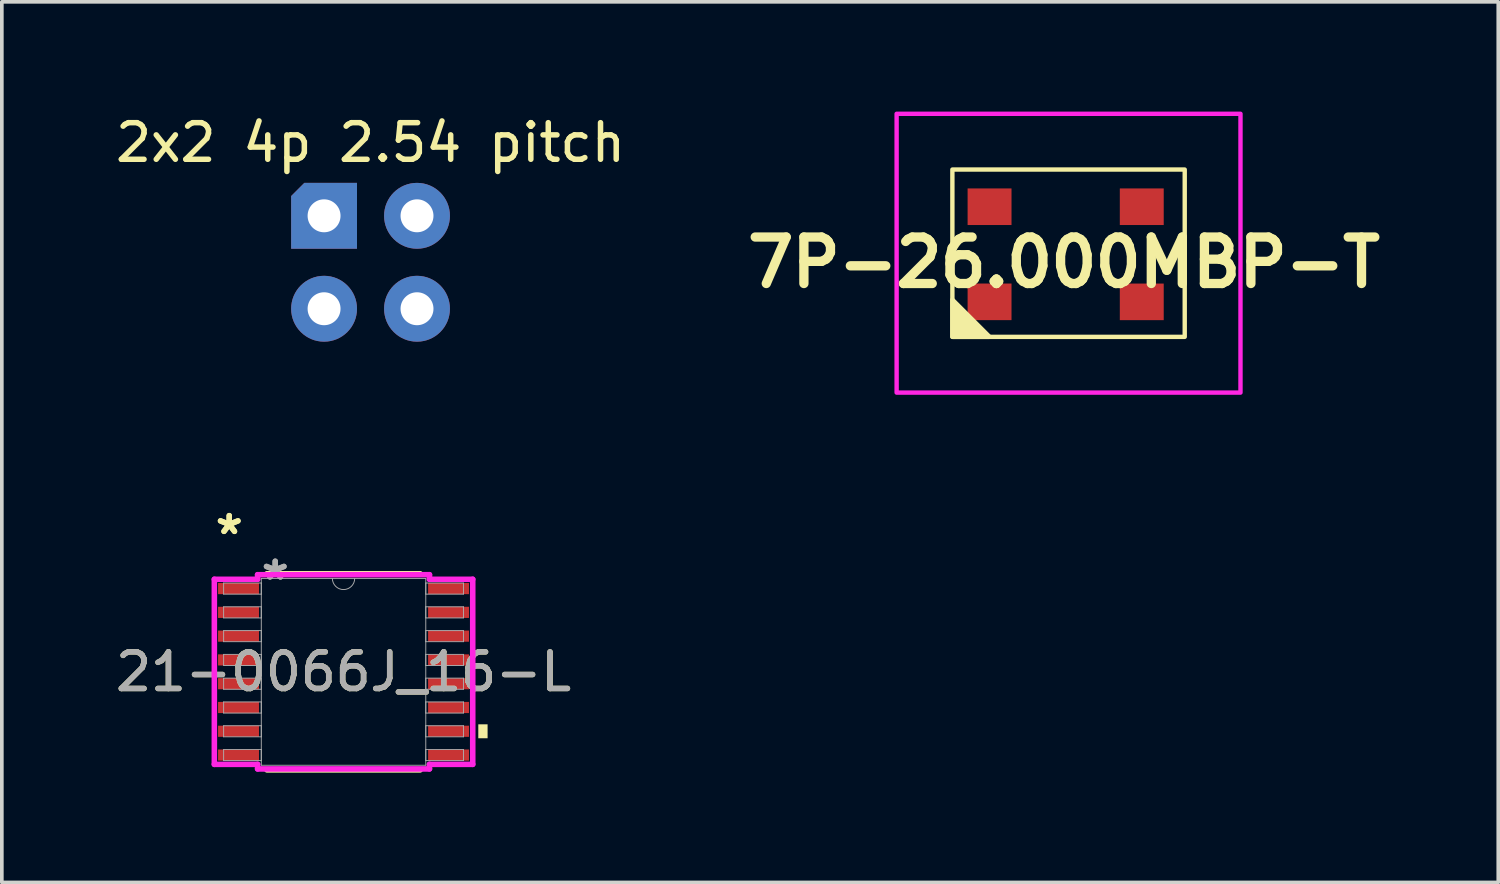
<source format=kicad_pcb>
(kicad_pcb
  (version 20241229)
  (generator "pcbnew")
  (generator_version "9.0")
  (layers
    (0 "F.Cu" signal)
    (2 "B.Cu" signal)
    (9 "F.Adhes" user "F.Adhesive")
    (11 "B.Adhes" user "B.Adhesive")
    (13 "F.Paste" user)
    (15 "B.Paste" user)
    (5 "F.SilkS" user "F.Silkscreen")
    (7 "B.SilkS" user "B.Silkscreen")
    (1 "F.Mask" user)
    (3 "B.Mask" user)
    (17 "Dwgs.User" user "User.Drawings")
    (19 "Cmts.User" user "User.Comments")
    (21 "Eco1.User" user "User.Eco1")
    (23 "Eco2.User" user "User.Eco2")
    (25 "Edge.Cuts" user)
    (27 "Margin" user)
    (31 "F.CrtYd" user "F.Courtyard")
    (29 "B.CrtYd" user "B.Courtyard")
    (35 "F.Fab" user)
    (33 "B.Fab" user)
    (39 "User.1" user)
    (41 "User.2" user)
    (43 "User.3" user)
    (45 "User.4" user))
  (footprint "21-0066J_16-L"
    (layer "F.Cu")
    (at 6.339 15.311)
    (property "Reference" "21-0066J_16-L" (at 0 0 0) (unlocked yes) (layer "F.SilkS") (effects (font (size 1 1) (thickness 0.15))))
    (attr smd)
    (fp_line (start -2.094 2.68) (end 2.094 2.68) (stroke (width 0.152) (type solid)) (layer "F.SilkS"))
    (fp_line (start 2.094 -2.68) (end -2.094 -2.68) (stroke (width 0.152) (type solid)) (layer "F.SilkS"))
    (fp_poly (pts (xy 3.937 1.435) (xy 3.937 1.816) (xy 3.683 1.816) (xy 3.683 1.435)) (stroke (width 0) (type solid)) (fill yes) (layer "F.SilkS"))
    (fp_line (start -3.531 -2.529) (end -2.349 -2.529) (stroke (width 0.152) (type solid)) (layer "F.CrtYd"))
    (fp_line (start -3.531 2.529) (end -3.531 -2.529) (stroke (width 0.152) (type solid)) (layer "F.CrtYd"))
    (fp_line (start -3.531 2.529) (end -2.349 2.529) (stroke (width 0.152) (type solid)) (layer "F.CrtYd"))
    (fp_line (start -2.349 -2.654) (end 2.349 -2.654) (stroke (width 0.152) (type solid)) (layer "F.CrtYd"))
    (fp_line (start -2.349 -2.529) (end -2.349 -2.654) (stroke (width 0.152) (type solid)) (layer "F.CrtYd"))
    (fp_line (start -2.349 2.654) (end -2.349 2.529) (stroke (width 0.152) (type solid)) (layer "F.CrtYd"))
    (fp_line (start 2.349 -2.654) (end 2.349 -2.529) (stroke (width 0.152) (type solid)) (layer "F.CrtYd"))
    (fp_line (start 2.349 2.529) (end 2.349 2.654) (stroke (width 0.152) (type solid)) (layer "F.CrtYd"))
    (fp_line (start 2.349 2.654) (end -2.349 2.654) (stroke (width 0.152) (type solid)) (layer "F.CrtYd"))
    (fp_line (start 3.531 -2.529) (end 2.349 -2.529) (stroke (width 0.152) (type solid)) (layer "F.CrtYd"))
    (fp_line (start 3.531 -2.529) (end 3.531 2.529) (stroke (width 0.152) (type solid)) (layer "F.CrtYd"))
    (fp_line (start 3.531 2.529) (end 2.349 2.529) (stroke (width 0.152) (type solid)) (layer "F.CrtYd"))
    (fp_line (start -3.277 -2.427) (end -3.277 -2.123) (stroke (width 0.025) (type solid)) (layer "F.Fab"))
    (fp_line (start -3.277 -2.123) (end -2.248 -2.123) (stroke (width 0.025) (type solid)) (layer "F.Fab"))
    (fp_line (start -3.277 -1.777) (end -3.277 -1.473) (stroke (width 0.025) (type solid)) (layer "F.Fab"))
    (fp_line (start -3.277 -1.473) (end -2.248 -1.473) (stroke (width 0.025) (type solid)) (layer "F.Fab"))
    (fp_line (start -3.277 -1.127) (end -3.277 -0.823) (stroke (width 0.025) (type solid)) (layer "F.Fab"))
    (fp_line (start -3.277 -0.823) (end -2.248 -0.823) (stroke (width 0.025) (type solid)) (layer "F.Fab"))
    (fp_line (start -3.277 -0.477) (end -3.277 -0.173) (stroke (width 0.025) (type solid)) (layer "F.Fab"))
    (fp_line (start -3.277 -0.173) (end -2.248 -0.173) (stroke (width 0.025) (type solid)) (layer "F.Fab"))
    (fp_line (start -3.277 0.173) (end -3.277 0.477) (stroke (width 0.025) (type solid)) (layer "F.Fab"))
    (fp_line (start -3.277 0.477) (end -2.248 0.477) (stroke (width 0.025) (type solid)) (layer "F.Fab"))
    (fp_line (start -3.277 0.823) (end -3.277 1.127) (stroke (width 0.025) (type solid)) (layer "F.Fab"))
    (fp_line (start -3.277 1.127) (end -2.248 1.127) (stroke (width 0.025) (type solid)) (layer "F.Fab"))
    (fp_line (start -3.277 1.473) (end -3.277 1.777) (stroke (width 0.025) (type solid)) (layer "F.Fab"))
    (fp_line (start -3.277 1.777) (end -2.248 1.777) (stroke (width 0.025) (type solid)) (layer "F.Fab"))
    (fp_line (start -3.277 2.123) (end -3.277 2.427) (stroke (width 0.025) (type solid)) (layer "F.Fab"))
    (fp_line (start -3.277 2.427) (end -2.248 2.427) (stroke (width 0.025) (type solid)) (layer "F.Fab"))
    (fp_line (start -2.248 -2.553) (end -2.248 2.553) (stroke (width 0.025) (type solid)) (layer "F.Fab"))
    (fp_line (start -2.248 -2.427) (end -3.277 -2.427) (stroke (width 0.025) (type solid)) (layer "F.Fab"))
    (fp_line (start -2.248 -2.123) (end -2.248 -2.427) (stroke (width 0.025) (type solid)) (layer "F.Fab"))
    (fp_line (start -2.248 -1.777) (end -3.277 -1.777) (stroke (width 0.025) (type solid)) (layer "F.Fab"))
    (fp_line (start -2.248 -1.473) (end -2.248 -1.777) (stroke (width 0.025) (type solid)) (layer "F.Fab"))
    (fp_line (start -2.248 -1.127) (end -3.277 -1.127) (stroke (width 0.025) (type solid)) (layer "F.Fab"))
    (fp_line (start -2.248 -0.823) (end -2.248 -1.127) (stroke (width 0.025) (type solid)) (layer "F.Fab"))
    (fp_line (start -2.248 -0.477) (end -3.277 -0.477) (stroke (width 0.025) (type solid)) (layer "F.Fab"))
    (fp_line (start -2.248 -0.173) (end -2.248 -0.477) (stroke (width 0.025) (type solid)) (layer "F.Fab"))
    (fp_line (start -2.248 0.173) (end -3.277 0.173) (stroke (width 0.025) (type solid)) (layer "F.Fab"))
    (fp_line (start -2.248 0.477) (end -2.248 0.173) (stroke (width 0.025) (type solid)) (layer "F.Fab"))
    (fp_line (start -2.248 0.823) (end -3.277 0.823) (stroke (width 0.025) (type solid)) (layer "F.Fab"))
    (fp_line (start -2.248 1.127) (end -2.248 0.823) (stroke (width 0.025) (type solid)) (layer "F.Fab"))
    (fp_line (start -2.248 1.473) (end -3.277 1.473) (stroke (width 0.025) (type solid)) (layer "F.Fab"))
    (fp_line (start -2.248 1.777) (end -2.248 1.473) (stroke (width 0.025) (type solid)) (layer "F.Fab"))
    (fp_line (start -2.248 2.123) (end -3.277 2.123) (stroke (width 0.025) (type solid)) (layer "F.Fab"))
    (fp_line (start -2.248 2.427) (end -2.248 2.123) (stroke (width 0.025) (type solid)) (layer "F.Fab"))
    (fp_line (start -2.248 2.553) (end 2.248 2.553) (stroke (width 0.025) (type solid)) (layer "F.Fab"))
    (fp_line (start 2.248 -2.553) (end -2.248 -2.553) (stroke (width 0.025) (type solid)) (layer "F.Fab"))
    (fp_line (start 2.248 -2.427) (end 2.248 -2.123) (stroke (width 0.025) (type solid)) (layer "F.Fab"))
    (fp_line (start 2.248 -2.123) (end 3.277 -2.123) (stroke (width 0.025) (type solid)) (layer "F.Fab"))
    (fp_line (start 2.248 -1.777) (end 2.248 -1.473) (stroke (width 0.025) (type solid)) (layer "F.Fab"))
    (fp_line (start 2.248 -1.473) (end 3.277 -1.473) (stroke (width 0.025) (type solid)) (layer "F.Fab"))
    (fp_line (start 2.248 -1.127) (end 2.248 -0.823) (stroke (width 0.025) (type solid)) (layer "F.Fab"))
    (fp_line (start 2.248 -0.823) (end 3.277 -0.823) (stroke (width 0.025) (type solid)) (layer "F.Fab"))
    (fp_line (start 2.248 -0.477) (end 2.248 -0.173) (stroke (width 0.025) (type solid)) (layer "F.Fab"))
    (fp_line (start 2.248 -0.173) (end 3.277 -0.173) (stroke (width 0.025) (type solid)) (layer "F.Fab"))
    (fp_line (start 2.248 0.173) (end 2.248 0.477) (stroke (width 0.025) (type solid)) (layer "F.Fab"))
    (fp_line (start 2.248 0.477) (end 3.277 0.477) (stroke (width 0.025) (type solid)) (layer "F.Fab"))
    (fp_line (start 2.248 0.823) (end 2.248 1.127) (stroke (width 0.025) (type solid)) (layer "F.Fab"))
    (fp_line (start 2.248 1.127) (end 3.277 1.127) (stroke (width 0.025) (type solid)) (layer "F.Fab"))
    (fp_line (start 2.248 1.473) (end 2.248 1.777) (stroke (width 0.025) (type solid)) (layer "F.Fab"))
    (fp_line (start 2.248 1.777) (end 3.277 1.777) (stroke (width 0.025) (type solid)) (layer "F.Fab"))
    (fp_line (start 2.248 2.123) (end 2.248 2.427) (stroke (width 0.025) (type solid)) (layer "F.Fab"))
    (fp_line (start 2.248 2.427) (end 3.277 2.427) (stroke (width 0.025) (type solid)) (layer "F.Fab"))
    (fp_line (start 2.248 2.553) (end 2.248 -2.553) (stroke (width 0.025) (type solid)) (layer "F.Fab"))
    (fp_line (start 3.277 -2.427) (end 2.248 -2.427) (stroke (width 0.025) (type solid)) (layer "F.Fab"))
    (fp_line (start 3.277 -2.123) (end 3.277 -2.427) (stroke (width 0.025) (type solid)) (layer "F.Fab"))
    (fp_line (start 3.277 -1.777) (end 2.248 -1.777) (stroke (width 0.025) (type solid)) (layer "F.Fab"))
    (fp_line (start 3.277 -1.473) (end 3.277 -1.777) (stroke (width 0.025) (type solid)) (layer "F.Fab"))
    (fp_line (start 3.277 -1.127) (end 2.248 -1.127) (stroke (width 0.025) (type solid)) (layer "F.Fab"))
    (fp_line (start 3.277 -0.823) (end 3.277 -1.127) (stroke (width 0.025) (type solid)) (layer "F.Fab"))
    (fp_line (start 3.277 -0.477) (end 2.248 -0.477) (stroke (width 0.025) (type solid)) (layer "F.Fab"))
    (fp_line (start 3.277 -0.173) (end 3.277 -0.477) (stroke (width 0.025) (type solid)) (layer "F.Fab"))
    (fp_line (start 3.277 0.173) (end 2.248 0.173) (stroke (width 0.025) (type solid)) (layer "F.Fab"))
    (fp_line (start 3.277 0.477) (end 3.277 0.173) (stroke (width 0.025) (type solid)) (layer "F.Fab"))
    (fp_line (start 3.277 0.823) (end 2.248 0.823) (stroke (width 0.025) (type solid)) (layer "F.Fab"))
    (fp_line (start 3.277 1.127) (end 3.277 0.823) (stroke (width 0.025) (type solid)) (layer "F.Fab"))
    (fp_line (start 3.277 1.473) (end 2.248 1.473) (stroke (width 0.025) (type solid)) (layer "F.Fab"))
    (fp_line (start 3.277 1.777) (end 3.277 1.473) (stroke (width 0.025) (type solid)) (layer "F.Fab"))
    (fp_line (start 3.277 2.123) (end 2.248 2.123) (stroke (width 0.025) (type solid)) (layer "F.Fab"))
    (fp_line (start 3.277 2.427) (end 3.277 2.123) (stroke (width 0.025) (type solid)) (layer "F.Fab"))
    (fp_arc (start 0.3048 -2.5527) (mid 0 -2.2479) (end -0.3048 -2.5527) (stroke (width 0.0254) (type solid)) (layer "F.Fab"))
    (fp_text user "*" (at -3.124 -3.723 0) (unlocked yes) (layer "F.SilkS") (effects (font (size 1 1) (thickness 0.15))))
    (fp_text user "*" (at -3.124 -3.723 0) (layer "F.SilkS") (effects (font (size 1 1) (thickness 0.15))))
    (fp_text user "*" (at -1.867 -2.477 0) (unlocked yes) (layer "F.Fab") (effects (font (size 1 1) (thickness 0.15))))
    (fp_text user "${REFERENCE}" (at 0 0 0) (unlocked yes) (layer "F.Fab") (effects (font (size 1 1) (thickness 0.15))))
    (fp_text user "*" (at -1.867 -2.477 0) (layer "F.Fab") (effects (font (size 1 1) (thickness 0.15))))
    (pad "1" smd rect (at -2.87 -2.275) (size 1.118 0.305) (layers "F.Cu" "F.Mask" "F.Paste"))
    (pad "2" smd rect (at -2.87 -1.625) (size 1.118 0.305) (layers "F.Cu" "F.Mask" "F.Paste"))
    (pad "3" smd rect (at -2.87 -0.975) (size 1.118 0.305) (layers "F.Cu" "F.Mask" "F.Paste"))
    (pad "4" smd rect (at -2.87 -0.325) (size 1.118 0.305) (layers "F.Cu" "F.Mask" "F.Paste"))
    (pad "5" smd rect (at -2.87 0.325) (size 1.118 0.305) (layers "F.Cu" "F.Mask" "F.Paste"))
    (pad "6" smd rect (at -2.87 0.975) (size 1.118 0.305) (layers "F.Cu" "F.Mask" "F.Paste"))
    (pad "7" smd rect (at -2.87 1.625) (size 1.118 0.305) (layers "F.Cu" "F.Mask" "F.Paste"))
    (pad "8" smd rect (at -2.87 2.275) (size 1.118 0.305) (layers "F.Cu" "F.Mask" "F.Paste"))
    (pad "9" smd rect (at 2.87 2.275) (size 1.118 0.305) (layers "F.Cu" "F.Mask" "F.Paste"))
    (pad "10" smd rect (at 2.87 1.625) (size 1.118 0.305) (layers "F.Cu" "F.Mask" "F.Paste"))
    (pad "11" smd rect (at 2.87 0.975) (size 1.118 0.305) (layers "F.Cu" "F.Mask" "F.Paste"))
    (pad "12" smd rect (at 2.87 0.325) (size 1.118 0.305) (layers "F.Cu" "F.Mask" "F.Paste"))
    (pad "13" smd rect (at 2.87 -0.325) (size 1.118 0.305) (layers "F.Cu" "F.Mask" "F.Paste"))
    (pad "14" smd rect (at 2.87 -0.975) (size 1.118 0.305) (layers "F.Cu" "F.Mask" "F.Paste"))
    (pad "15" smd rect (at 2.87 -1.625) (size 1.118 0.305) (layers "F.Cu" "F.Mask" "F.Paste"))
    (pad "16" smd rect (at 2.87 -2.275) (size 1.118 0.305) (layers "F.Cu" "F.Mask" "F.Paste")))
  (footprint "2x2 4p 2.54 pitch"
    (layer "F.Cu")
    (at 5.807 2.848)
    (property "Reference" "2x2 4p 2.54 pitch" (at 1.27 -2 0) (unlocked yes) (layer "F.SilkS") (effects (font (size 1 1) (thickness 0.15))))
    (attr through_hole)
    (pad "1" thru_hole roundrect (at 0 0) (size 1.8 1.8) (drill 0.9) (layers "*.Cu" "*.Mask") (roundrect_rratio 0) (chamfer_ratio 0.2) (chamfer top_left))
    (pad "2" thru_hole circle (at 2.54 0) (size 1.8 1.8) (drill 0.9) (layers "*.Cu" "*.Mask"))
    (pad "3" thru_hole circle (at 0 2.54) (size 1.8 1.8) (drill 0.9) (layers "*.Cu" "*.Mask"))
    (pad "4" thru_hole circle (at 2.54 2.54) (size 1.8 1.8) (drill 0.9) (layers "*.Cu" "*.Mask")))
  (footprint "7P-26.000MBP-T"
    (layer "F.Cu")
    (at 22.979 1.584)
    (property "Reference" "7P-26.000MBP-T" (at 3.048 2.54 0) (unlocked yes) (layer "F.SilkS") (effects (font (size 1.27 1.27) (thickness 0.254) (bold yes))))
    (attr smd)
    (fp_poly (pts (xy 0 4.572) (xy 0 3.556) (xy 1.016 4.572)) (stroke (width 0.12) (type solid)) (fill yes) (layer "F.SilkS"))
    (fp_poly (pts (xy 6.35 4.572) (xy 6.35 0) (xy 0 0) (xy 0 4.572)) (stroke (width 0.12) (type solid)) (fill no) (layer "F.SilkS"))
    (fp_poly (pts (xy -1.524 -1.524) (xy -1.524 6.096) (xy 7.874 6.096) (xy 7.874 -1.524)) (stroke (width 0.12) (type solid)) (fill no) (layer "F.CrtYd"))
    (pad "1" smd roundrect (at 1.016 3.616) (size 1.2 1) (layers "F.Cu" "F.Mask" "F.Paste") (roundrect_rratio 0) (chamfer_ratio 0.2) (chamfer bottom_left))
    (pad "3" smd rect (at 5.176 3.616) (size 1.2 1) (layers "F.Cu" "F.Mask" "F.Paste"))
    (pad "4" smd rect (at 5.176 1.016) (size 1.2 1) (layers "F.Cu" "F.Mask" "F.Paste"))
    (pad "6" smd rect (at 1.016 1.016) (size 1.2 1) (layers "F.Cu" "F.Mask" "F.Paste"))
    (zone (net_name "") (layers "F.Cu" "B.Cu") (name "NO_INTERACT") (hatch edge 0.5) (connect_pads) (min_thickness 0.25) (filled_areas_thickness no) (keepout (tracks allowed) (vias not_allowed) (pads not_allowed) (copperpour allowed) (footprints not_allowed)) (placement (enabled no)) (fill) (polygon (pts (xy 21.463 0.089) (xy 21.427 7.663) (xy 30.843 7.688) (xy 30.843 0.077)))))
  (gr_rect
    (start -3 -3)
    (end 37.898 21.067)
    (stroke (width 0.1) (type default))
    (fill no)
    (layer "Edge.Cuts")))
</source>
